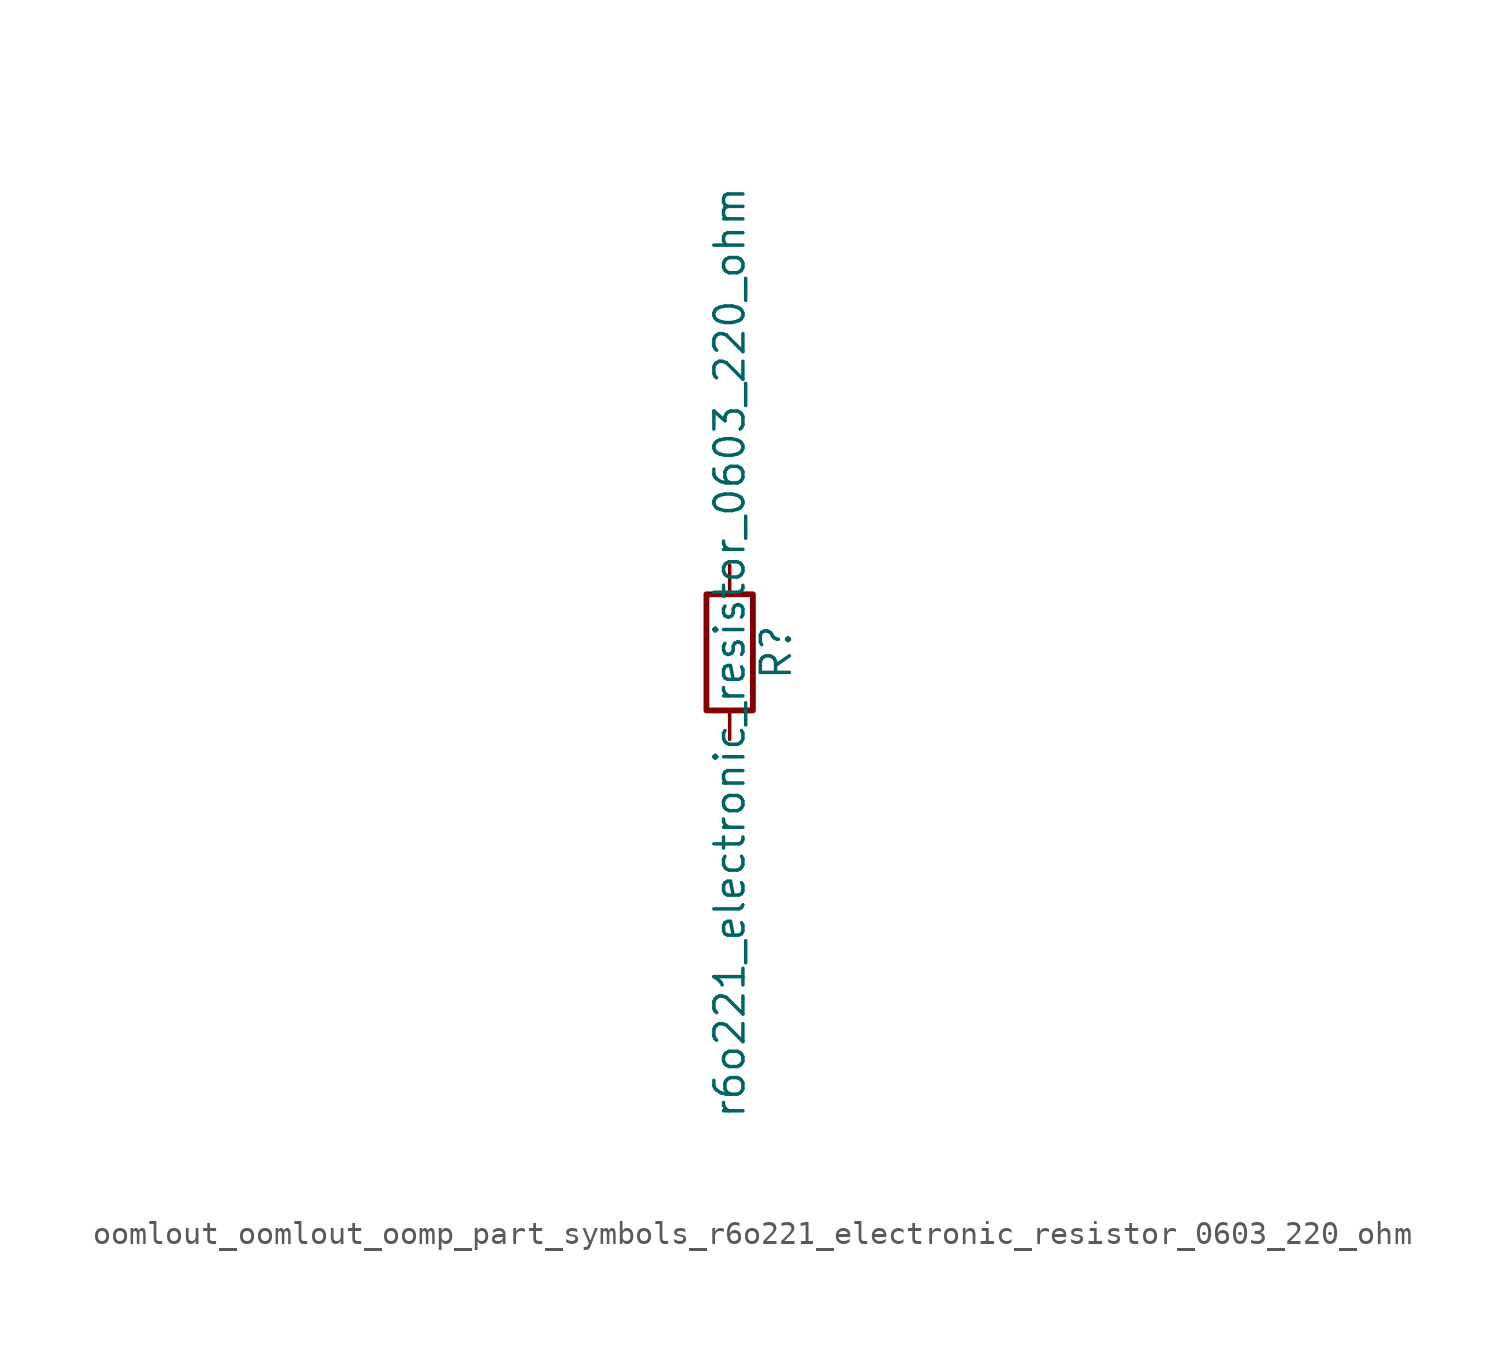
<source format=kicad_sym>
(kicad_symbol_lib
  (version 20220914)
  (generator kicad_symbol_editor)
  (symbol "oomlout_oomlout_oomp_part_symbols_r6o221_electronic_resistor_0603_220_ohm"
    (pin_numbers hide)
    (pin_names
      (offset 0))
    (property "Reference" "R"
      (at 2.032 0 90)
      (effects (font (size 1.27 1.27))))
    (property "Value" "r6o221_electronic_resistor_0603_220_ohm"
      (at 0 0 90)
      (effects (font (size 1.27 1.27))))
    (symbol "oomlout_oomlout_oomp_part_symbols_r6o221_electronic_resistor_0603_220_ohm_0_1"
      (rectangle (start -1.016 -2.54) (end 1.016 2.54) (stroke (width 0.254) (type default)) (fill (type none))))
    (symbol "oomlout_oomlout_oomp_part_symbols_r6o221_electronic_resistor_0603_220_ohm_1_1"
      (pin passive line (at 0 3.81 270) (length 1.27) (name "~" (effects (font (size 1.27 1.27)))) (number "1" (effects (font (size 1.27 1.27)))))
      (pin passive line (at 0 -3.81 90) (length 1.27) (name "~" (effects (font (size 1.27 1.27)))) (number "2" (effects (font (size 1.27 1.27))))))))
</source>
